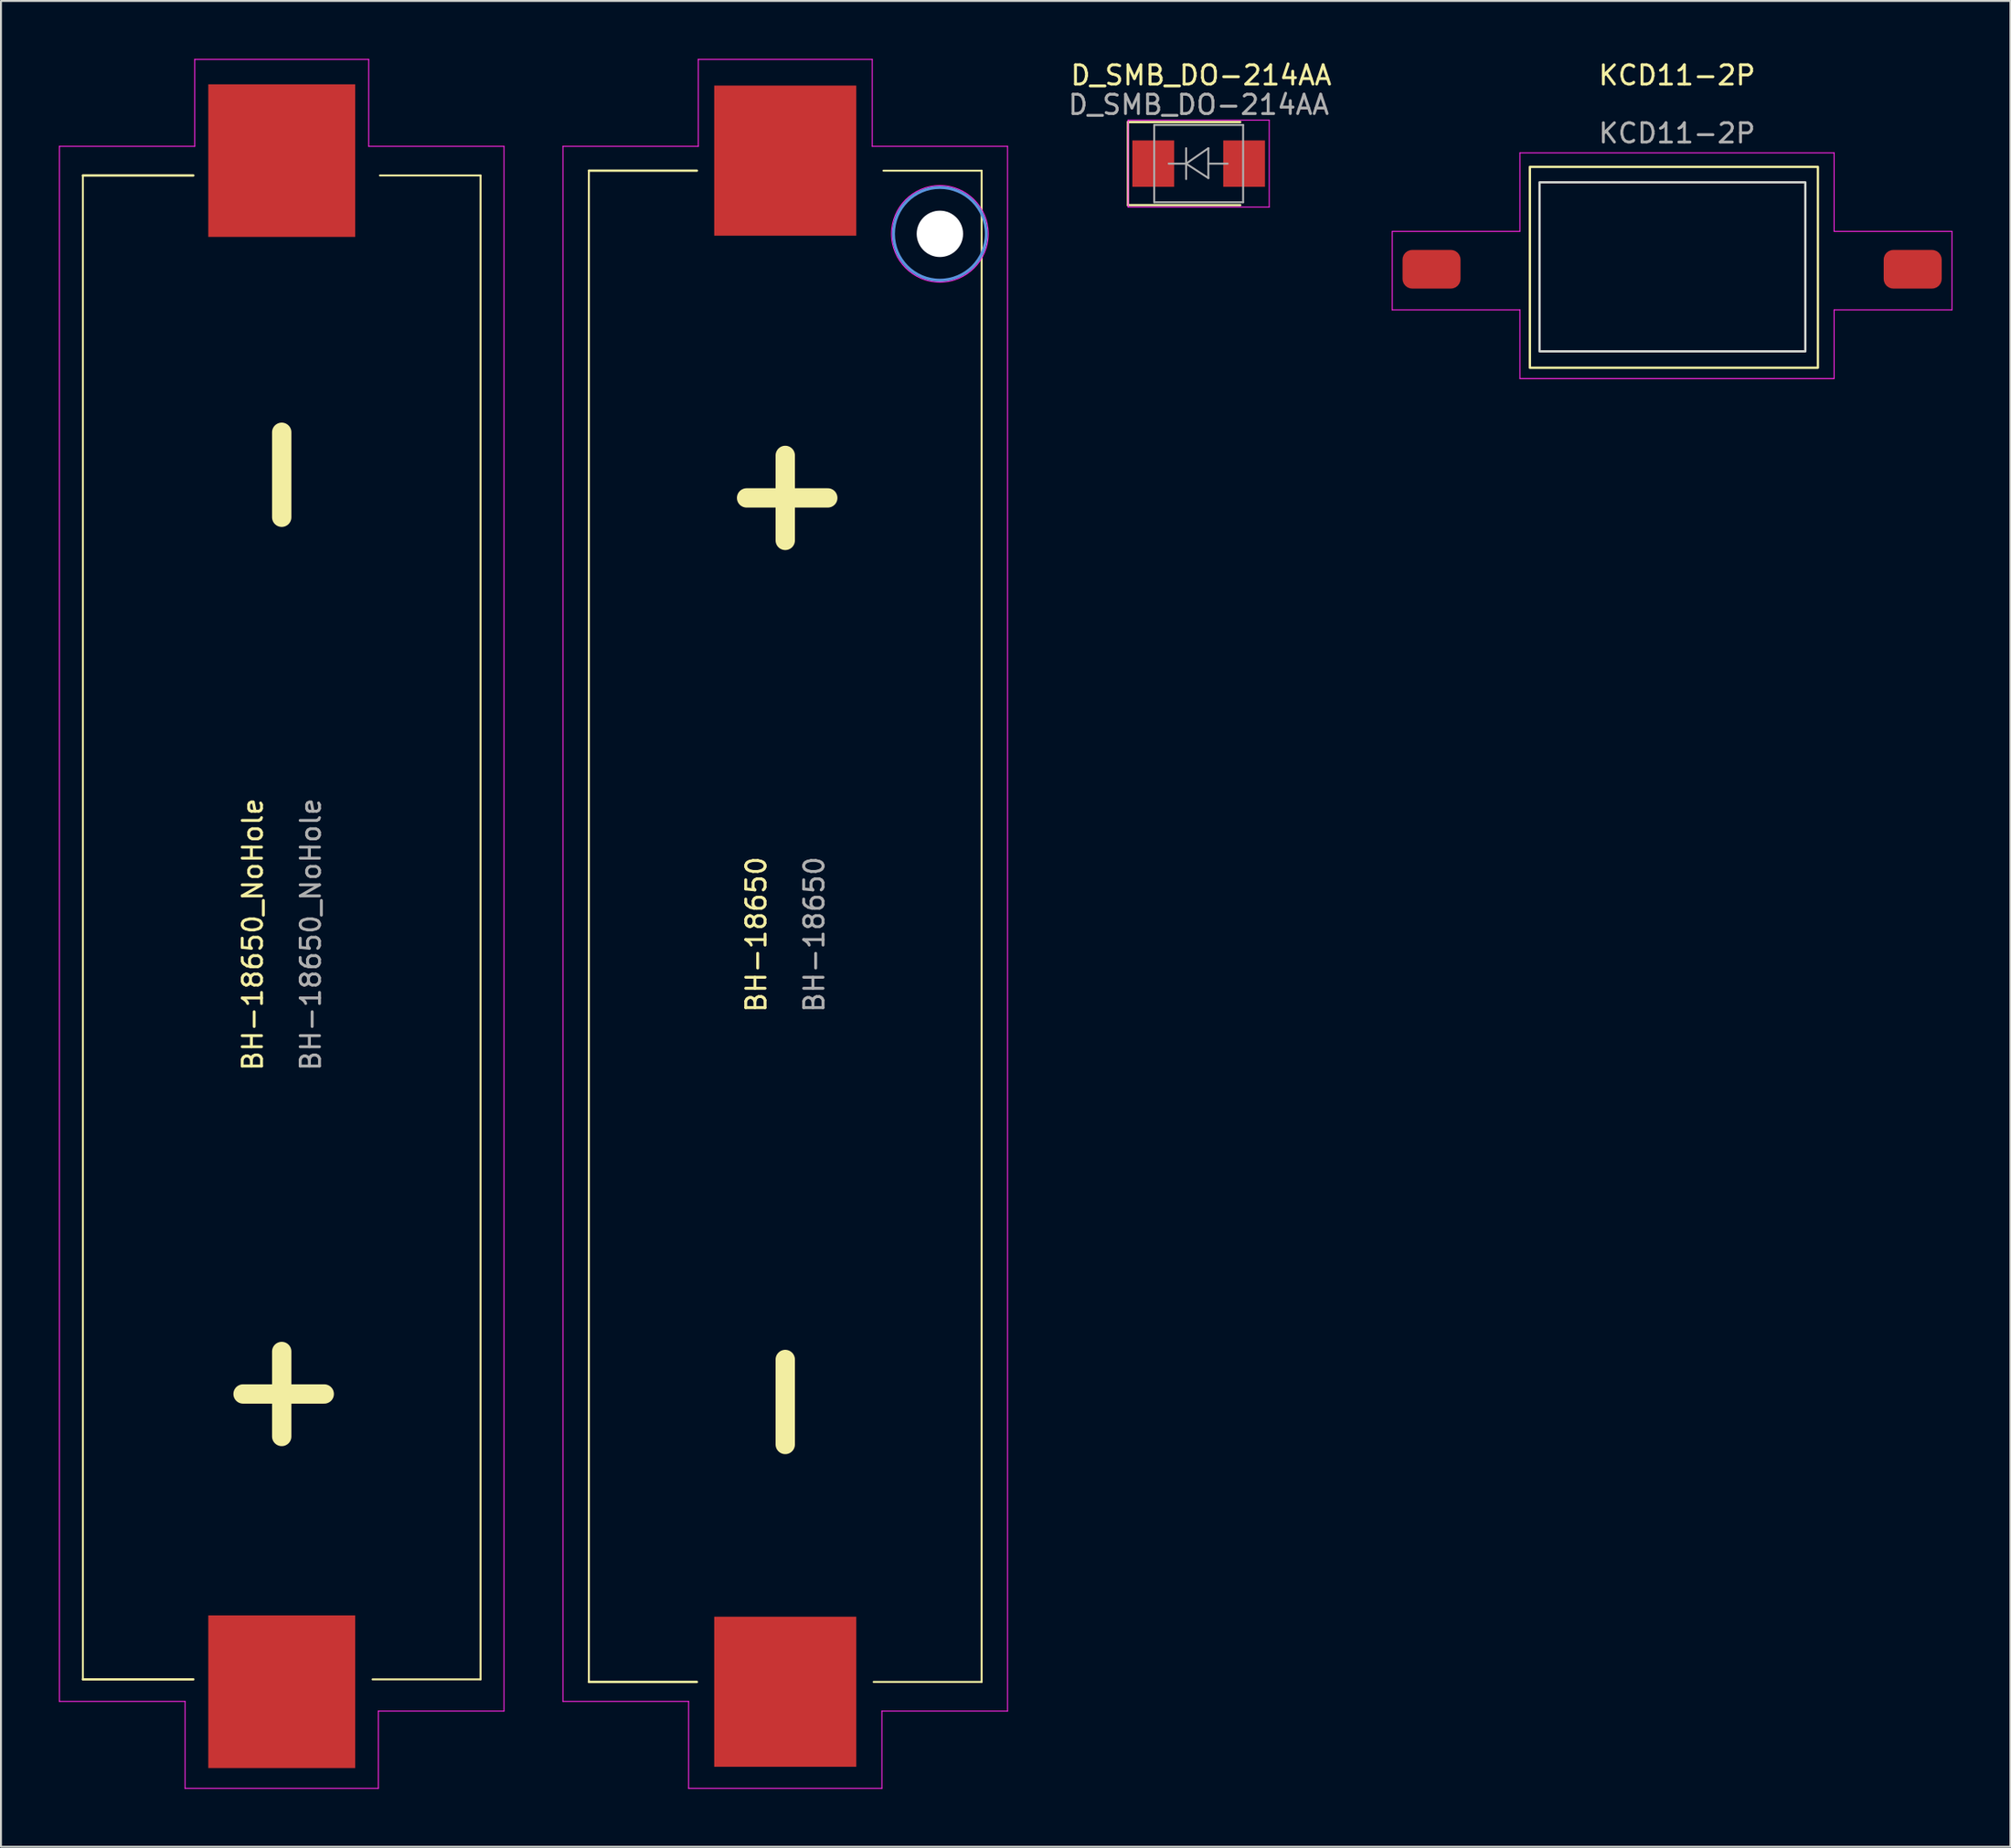
<source format=kicad_pcb>
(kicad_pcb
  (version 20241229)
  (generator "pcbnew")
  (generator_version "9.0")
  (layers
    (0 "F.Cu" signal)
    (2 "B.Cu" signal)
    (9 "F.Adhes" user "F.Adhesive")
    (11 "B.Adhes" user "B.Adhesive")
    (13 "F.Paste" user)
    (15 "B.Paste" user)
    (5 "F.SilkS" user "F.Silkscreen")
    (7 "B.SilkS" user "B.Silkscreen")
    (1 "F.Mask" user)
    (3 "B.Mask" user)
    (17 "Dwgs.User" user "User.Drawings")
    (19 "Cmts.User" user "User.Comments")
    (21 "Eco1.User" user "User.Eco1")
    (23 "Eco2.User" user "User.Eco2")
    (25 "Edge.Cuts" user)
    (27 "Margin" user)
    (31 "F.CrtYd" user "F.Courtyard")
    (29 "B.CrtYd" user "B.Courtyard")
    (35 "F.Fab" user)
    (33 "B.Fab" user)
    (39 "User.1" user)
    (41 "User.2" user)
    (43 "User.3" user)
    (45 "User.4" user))
  (footprint "BH-18650"
    (layer "F.Cu")
    (at 37.575 44.895)
    (property "Reference" "BH-18650" (at -1.5 0.43 90) (unlocked yes) (layer "F.SilkS") (effects (font (size 1 1) (thickness 0.15))))
    (attr smd)
    (fp_line (start -10.16 39.122) (end -10.16 -39.11) (stroke (width 0.1) (type default)) (layer "F.SilkS"))
    (fp_line (start -10.16 39.122) (end -4.572 39.122) (stroke (width 0.12) (type default)) (layer "F.SilkS"))
    (fp_line (start -4.572 -39.11) (end -10.16 -39.11) (stroke (width 0.12) (type default)) (layer "F.SilkS"))
    (fp_line (start 0 -19.97) (end 0 -24.37) (stroke (width 1) (type default)) (layer "F.SilkS"))
    (fp_line (start 0 26.83) (end 0 22.43) (stroke (width 1) (type default)) (layer "F.SilkS"))
    (fp_line (start 2.2 -22.17) (end -2 -22.17) (stroke (width 1) (type default)) (layer "F.SilkS"))
    (fp_line (start 5.08 -39.11) (end 10.16 -39.11) (stroke (width 0.1) (type default)) (layer "F.SilkS"))
    (fp_line (start 10.16 -39.11) (end 10.16 39.122) (stroke (width 0.1) (type default)) (layer "F.SilkS"))
    (fp_line (start 10.16 39.122) (end 4.572 39.122) (stroke (width 0.1) (type default)) (layer "F.SilkS"))
    (fp_circle (center 8 -35.84) (end 8 -38.24) (stroke (width 0.15) (type solid)) (fill no) (layer "Cmts.User"))
    (fp_line (start -11.5 -40.37) (end -11.5 40.13) (stroke (width 0.05) (type default)) (layer "F.CrtYd"))
    (fp_line (start -11.5 40.13) (end -5 40.13) (stroke (width 0.05) (type default)) (layer "F.CrtYd"))
    (fp_line (start -5 40.13) (end -5 44.63) (stroke (width 0.05) (type default)) (layer "F.CrtYd"))
    (fp_line (start -5 44.63) (end 5 44.63) (stroke (width 0.05) (type default)) (layer "F.CrtYd"))
    (fp_line (start -4.5 -44.87) (end -4.5 -40.37) (stroke (width 0.05) (type default)) (layer "F.CrtYd"))
    (fp_line (start -4.5 -40.37) (end -11.5 -40.37) (stroke (width 0.05) (type default)) (layer "F.CrtYd"))
    (fp_line (start 4.5 -44.87) (end -4.5 -44.87) (stroke (width 0.05) (type default)) (layer "F.CrtYd"))
    (fp_line (start 4.5 -40.37) (end 4.5 -44.87) (stroke (width 0.05) (type default)) (layer "F.CrtYd"))
    (fp_line (start 5 40.63) (end 11.5 40.63) (stroke (width 0.05) (type default)) (layer "F.CrtYd"))
    (fp_line (start 5 44.63) (end 5 40.63) (stroke (width 0.05) (type default)) (layer "F.CrtYd"))
    (fp_line (start 11.5 -40.37) (end 4.5 -40.37) (stroke (width 0.05) (type default)) (layer "F.CrtYd"))
    (fp_line (start 11.5 40.63) (end 11.5 -40.37) (stroke (width 0.05) (type default)) (layer "F.CrtYd"))
    (fp_circle (center 8 -35.84) (end 8 -38.34) (stroke (width 0.05) (type solid)) (fill no) (layer "F.CrtYd"))
    (fp_text user "${REFERENCE}" (at 1.5 0.43 90) (unlocked yes) (layer "F.Fab") (effects (font (size 1 1) (thickness 0.15))))
    (pad "" np_thru_hole circle (at 8 -35.84 90) (size 2.4 2.4) (drill 2.4) (layers "*.Cu" "*.Mask"))
    (pad "1" smd rect (at 0 -39.63 90) (size 7.77 7.35) (layers "F.Cu" "F.Mask" "F.Paste"))
    (pad "2" smd rect (at 0 39.63 90) (size 7.77 7.35) (layers "F.Cu" "F.Mask" "F.Paste")))
  (footprint "D_SMB_DO-214AA"
    (layer "F.Cu")
    (at 58.963 5.42)
    (property "Reference" "D_SMB_DO-214AA" (at 0.127 -4.572 0) (layer "F.SilkS") (effects (font (size 1 1) (thickness 0.15))))
    (attr smd)
    (fp_line (start -3.66 -2.15) (end -3.66 2.15) (stroke (width 0.12) (type solid)) (layer "F.SilkS"))
    (fp_line (start -3.66 -2.15) (end 2.15 -2.15) (stroke (width 0.12) (type solid)) (layer "F.SilkS"))
    (fp_line (start -3.66 2.15) (end 2.15 2.15) (stroke (width 0.12) (type solid)) (layer "F.SilkS"))
    (fp_line (start -3.65 -2.25) (end 3.65 -2.25) (stroke (width 0.05) (type solid)) (layer "F.CrtYd"))
    (fp_line (start -3.65 2.25) (end -3.65 -2.25) (stroke (width 0.05) (type solid)) (layer "F.CrtYd"))
    (fp_line (start 3.65 -2.25) (end 3.65 2.25) (stroke (width 0.05) (type solid)) (layer "F.CrtYd"))
    (fp_line (start 3.65 2.25) (end -3.65 2.25) (stroke (width 0.05) (type solid)) (layer "F.CrtYd"))
    (fp_line (start -2.3 2) (end -2.3 -2) (stroke (width 0.1) (type solid)) (layer "F.Fab"))
    (fp_line (start -0.649 -0.799) (end -0.649 0.801) (stroke (width 0.1) (type solid)) (layer "F.Fab"))
    (fp_line (start -0.649 0.001) (end -1.551 0.001) (stroke (width 0.1) (type solid)) (layer "F.Fab"))
    (fp_line (start -0.649 0.001) (end 0.501 -0.799) (stroke (width 0.1) (type solid)) (layer "F.Fab"))
    (fp_line (start -0.649 0.001) (end 0.501 0.75) (stroke (width 0.1) (type solid)) (layer "F.Fab"))
    (fp_line (start 0.501 0.001) (end 1.499 0.001) (stroke (width 0.1) (type solid)) (layer "F.Fab"))
    (fp_line (start 0.501 0.75) (end 0.501 -0.799) (stroke (width 0.1) (type solid)) (layer "F.Fab"))
    (fp_line (start 2.3 -2) (end -2.3 -2) (stroke (width 0.1) (type solid)) (layer "F.Fab"))
    (fp_line (start 2.3 -2) (end 2.3 2) (stroke (width 0.1) (type solid)) (layer "F.Fab"))
    (fp_line (start 2.3 2) (end -2.3 2) (stroke (width 0.1) (type solid)) (layer "F.Fab"))
    (fp_text user "${REFERENCE}" (at 0 -3.048 0) (layer "F.Fab") (effects (font (size 1 1) (thickness 0.15))))
    (pad "1" smd rect (at -2.35 0) (size 2.16 2.4) (layers "F.Cu" "F.Mask" "F.Paste"))
    (pad "2" smd rect (at 2.35 0) (size 2.16 2.4) (layers "F.Cu" "F.Mask" "F.Paste")))
  (footprint "KCD11-2P"
    (layer "F.Cu")
    (at 76.598 6.388)
    (property "Reference" "KCD11-2P" (at 7.112 -5.54 0) (unlocked yes) (layer "F.SilkS") (effects (font (size 1 1) (thickness 0.15))))
    (attr smd)
    (fp_rect (start -0.5 -0.8) (end 14.4 9.6) (stroke (width 0.12) (type default)) (fill no) (layer "F.SilkS"))
    (fp_rect (start 0 0) (end 13.75 8.75) (stroke (width 0.12) (type default)) (fill no) (layer "Edge.Cuts"))
    (fp_line (start -7.62 2.54) (end -7.62 6.604) (stroke (width 0.05) (type default)) (layer "F.CrtYd"))
    (fp_line (start -7.62 6.604) (end -1.016 6.604) (stroke (width 0.05) (type default)) (layer "F.CrtYd"))
    (fp_line (start -1.016 -1.524) (end -1.016 2.54) (stroke (width 0.05) (type default)) (layer "F.CrtYd"))
    (fp_line (start -1.016 2.54) (end -7.62 2.54) (stroke (width 0.05) (type default)) (layer "F.CrtYd"))
    (fp_line (start -1.016 6.604) (end -1.016 10.16) (stroke (width 0.05) (type default)) (layer "F.CrtYd"))
    (fp_line (start -1.016 10.16) (end 15.24 10.16) (stroke (width 0.05) (type default)) (layer "F.CrtYd"))
    (fp_line (start 15.24 -1.524) (end -1.016 -1.524) (stroke (width 0.05) (type default)) (layer "F.CrtYd"))
    (fp_line (start 15.24 2.54) (end 15.24 -1.524) (stroke (width 0.05) (type default)) (layer "F.CrtYd"))
    (fp_line (start 15.24 6.604) (end 21.336 6.604) (stroke (width 0.05) (type default)) (layer "F.CrtYd"))
    (fp_line (start 15.24 10.16) (end 15.24 6.604) (stroke (width 0.05) (type default)) (layer "F.CrtYd"))
    (fp_line (start 21.336 2.54) (end 15.24 2.54) (stroke (width 0.05) (type default)) (layer "F.CrtYd"))
    (fp_line (start 21.336 6.604) (end 21.336 2.54) (stroke (width 0.05) (type default)) (layer "F.CrtYd"))
    (fp_text user "${REFERENCE}" (at 7.112 -2.54 0) (unlocked yes) (layer "F.Fab") (effects (font (size 1 1) (thickness 0.15))))
    (pad "1" smd roundrect (at -5.588 4.5) (size 3 2) (layers "F.Cu" "F.Mask" "F.Paste") (roundrect_rratio 0.25))
    (pad "2" smd roundrect (at 19.304 4.5) (size 3 2) (layers "F.Cu" "F.Mask" "F.Paste") (roundrect_rratio 0.25)))
  (footprint "BH-18650_NoHole"
    (layer "F.Cu")
    (at 11.525 44.895)
    (property "Reference" "BH-18650_NoHole" (at -1.5 0.43 90) (unlocked yes) (layer "F.SilkS") (effects (font (size 1 1) (thickness 0.15))))
    (attr smd)
    (fp_line (start -10.287 38.989) (end -10.287 -38.862) (stroke (width 0.1) (type default)) (layer "F.SilkS"))
    (fp_line (start -10.287 38.989) (end -4.572 38.989) (stroke (width 0.12) (type default)) (layer "F.SilkS"))
    (fp_line (start -4.572 -38.862) (end -10.287 -38.862) (stroke (width 0.12) (type default)) (layer "F.SilkS"))
    (fp_line (start 0 -21.168) (end 0 -25.568) (stroke (width 1) (type default)) (layer "F.SilkS"))
    (fp_line (start 0 26.416) (end 0 22.016) (stroke (width 1) (type default)) (layer "F.SilkS"))
    (fp_line (start 2.2 24.216) (end -2 24.216) (stroke (width 1) (type default)) (layer "F.SilkS"))
    (fp_line (start 5.08 -38.862) (end 10.287 -38.862) (stroke (width 0.1) (type default)) (layer "F.SilkS"))
    (fp_line (start 10.287 -38.862) (end 10.287 38.989) (stroke (width 0.1) (type default)) (layer "F.SilkS"))
    (fp_line (start 10.287 38.989) (end 4.699 38.989) (stroke (width 0.1) (type default)) (layer "F.SilkS"))
    (fp_line (start -11.5 -40.37) (end -11.5 40.13) (stroke (width 0.05) (type default)) (layer "F.CrtYd"))
    (fp_line (start -11.5 40.13) (end -5 40.13) (stroke (width 0.05) (type default)) (layer "F.CrtYd"))
    (fp_line (start -5 40.13) (end -5 44.63) (stroke (width 0.05) (type default)) (layer "F.CrtYd"))
    (fp_line (start -5 44.63) (end 5 44.63) (stroke (width 0.05) (type default)) (layer "F.CrtYd"))
    (fp_line (start -4.5 -44.87) (end -4.5 -40.37) (stroke (width 0.05) (type default)) (layer "F.CrtYd"))
    (fp_line (start -4.5 -40.37) (end -11.5 -40.37) (stroke (width 0.05) (type default)) (layer "F.CrtYd"))
    (fp_line (start 4.5 -44.87) (end -4.5 -44.87) (stroke (width 0.05) (type default)) (layer "F.CrtYd"))
    (fp_line (start 4.5 -40.37) (end 4.5 -44.87) (stroke (width 0.05) (type default)) (layer "F.CrtYd"))
    (fp_line (start 5 40.63) (end 11.5 40.63) (stroke (width 0.05) (type default)) (layer "F.CrtYd"))
    (fp_line (start 5 44.63) (end 5 40.63) (stroke (width 0.05) (type default)) (layer "F.CrtYd"))
    (fp_line (start 11.5 -40.37) (end 4.5 -40.37) (stroke (width 0.05) (type default)) (layer "F.CrtYd"))
    (fp_line (start 11.5 40.63) (end 11.5 -40.37) (stroke (width 0.05) (type default)) (layer "F.CrtYd"))
    (fp_text user "${REFERENCE}" (at 1.5 0.43 90) (unlocked yes) (layer "F.Fab") (effects (font (size 1 1) (thickness 0.15))))
    (pad "1" smd rect (at 0 39.63 90) (size 7.9 7.6) (layers "F.Cu" "F.Mask" "F.Paste"))
    (pad "2" smd rect (at 0 -39.63 90) (size 7.9 7.6) (layers "F.Cu" "F.Mask" "F.Paste")))
  (gr_rect
    (start -3 -3)
    (end 100.959 92.55)
    (stroke (width 0.1) (type default))
    (fill no)
    (layer "Edge.Cuts")))
</source>
